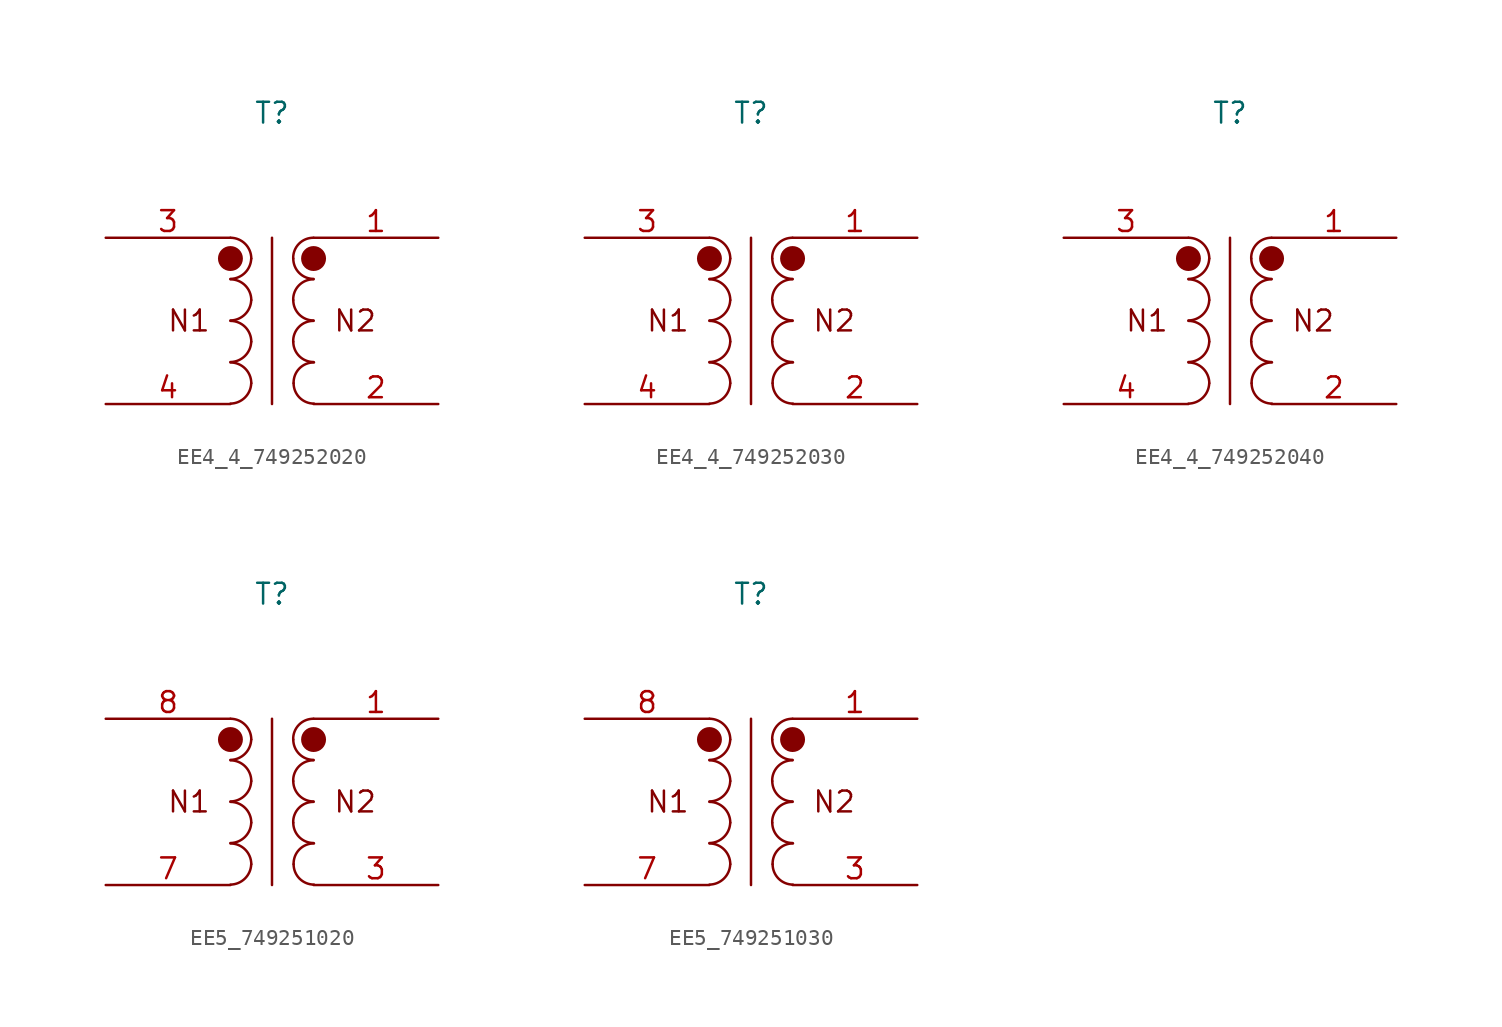
<source format=kicad_sym>
(kicad_symbol_lib
  (version 20220914)
  (generator kicad_symbol_editor)
  (symbol "EE4_4_749252020"
    (pin_names hide)
    (property "Reference" "T"
      (at 0 12.7 0)
      (effects (font (size 1.27 1.27))))
    (property "Critical Parameter" ""
      (at 0 -5.08 0)
      (effects (font (size 1.27 1.27))))
    (symbol "EE4_4_749252020_0_1"
      (arc (start -2.54 -5.0546) (mid -1.6599 -4.6901) (end -1.27 -3.81) (stroke (width 0) (type default)) (fill (type none)))
      (arc (start -2.54 -2.5146) (mid -1.6599 -2.1501) (end -1.27 -1.27) (stroke (width 0) (type default)) (fill (type none)))
      (arc (start -2.54 0.0254) (mid -1.6599 0.3899) (end -1.27 1.27) (stroke (width 0) (type default)) (fill (type none)))
      (arc (start -2.54 2.5654) (mid -1.6599 2.9299) (end -1.27 3.81) (stroke (width 0) (type default)) (fill (type none)))
      (arc (start -1.27 -3.81) (mid -1.642 -2.912) (end -2.54 -2.54) (stroke (width 0) (type default)) (fill (type none)))
      (arc (start -1.27 -1.27) (mid -1.642 -0.372) (end -2.54 0) (stroke (width 0) (type default)) (fill (type none)))
      (arc (start -1.27 1.27) (mid -1.642 2.168) (end -2.54 2.54) (stroke (width 0) (type default)) (fill (type none)))
      (arc (start -1.27 3.81) (mid -1.642 4.708) (end -2.54 5.08) (stroke (width 0) (type default)) (fill (type none)))
      (polyline (pts (xy 0 5.08) (xy 0 -5.08)) (stroke (width 0) (type default)) (fill (type none)))
      (arc (start 1.2954 -1.27) (mid 1.6599 -2.1501) (end 2.54 -2.5146) (stroke (width 0) (type default)) (fill (type none)))
      (arc (start 1.2954 1.27) (mid 1.6599 0.3899) (end 2.54 0.0254) (stroke (width 0) (type default)) (fill (type none)))
      (arc (start 1.2954 3.81) (mid 1.6599 2.9299) (end 2.54 2.5654) (stroke (width 0) (type default)) (fill (type none)))
      (arc (start 1.3208 -3.81) (mid 1.6853 -4.6901) (end 2.5654 -5.0546) (stroke (width 0) (type default)) (fill (type none)))
      (arc (start 2.54 0) (mid 1.642 -0.372) (end 1.2954 -1.27) (stroke (width 0) (type default)) (fill (type none)))
      (arc (start 2.54 2.54) (mid 1.642 2.168) (end 1.2954 1.27) (stroke (width 0) (type default)) (fill (type none)))
      (arc (start 2.54 5.08) (mid 1.642 4.708) (end 1.2954 3.81) (stroke (width 0) (type default)) (fill (type none)))
      (arc (start 2.5654 -2.54) (mid 1.6674 -2.912) (end 1.3208 -3.81) (stroke (width 0) (type default)) (fill (type none))))
    (symbol "EE4_4_749252020_1_1"
      (circle (center -2.54 3.81) (radius 0.0001) (stroke (width 0.762) (type default)) (fill (type none)))
      (circle (center 2.54 3.81) (radius 0.0001) (stroke (width 0.762) (type default)) (fill (type none)))
      (text "N1" (at -5.08 0 0) (effects (font (size 1.27 1.27))))
      (text "N2" (at 5.08 0 0) (effects (font (size 1.27 1.27))))
      (pin passive line (at -10.16 5.08 0) (length 7.62) (name "3" (effects (font (size 1.27 1.27)))) (number "3" (effects (font (size 1.27 1.27)))))
      (pin passive line (at -10.16 -5.08 0) (length 7.62) (name "4" (effects (font (size 1.27 1.27)))) (number "4" (effects (font (size 1.27 1.27)))))
      (pin passive line (at 10.16 -5.08 180) (length 7.62) (name "2" (effects (font (size 1.27 1.27)))) (number "2" (effects (font (size 1.27 1.27)))))
      (pin passive line (at 10.16 5.08 180) (length 7.62) (name "1" (effects (font (size 1.27 1.27)))) (number "1" (effects (font (size 1.27 1.27)))))))
  (symbol "EE4_4_749252030"
    (pin_names hide)
    (property "Reference" "T"
      (at 0 12.7 0)
      (effects (font (size 1.27 1.27))))
    (property "Critical Parameter" ""
      (at 0 -5.08 0)
      (effects (font (size 1.27 1.27))))
    (symbol "EE4_4_749252030_0_1"
      (arc (start -2.54 -5.0546) (mid -1.6599 -4.6901) (end -1.27 -3.81) (stroke (width 0) (type default)) (fill (type none)))
      (arc (start -2.54 -2.5146) (mid -1.6599 -2.1501) (end -1.27 -1.27) (stroke (width 0) (type default)) (fill (type none)))
      (arc (start -2.54 0.0254) (mid -1.6599 0.3899) (end -1.27 1.27) (stroke (width 0) (type default)) (fill (type none)))
      (arc (start -2.54 2.5654) (mid -1.6599 2.9299) (end -1.27 3.81) (stroke (width 0) (type default)) (fill (type none)))
      (arc (start -1.27 -3.81) (mid -1.642 -2.912) (end -2.54 -2.54) (stroke (width 0) (type default)) (fill (type none)))
      (arc (start -1.27 -1.27) (mid -1.642 -0.372) (end -2.54 0) (stroke (width 0) (type default)) (fill (type none)))
      (arc (start -1.27 1.27) (mid -1.642 2.168) (end -2.54 2.54) (stroke (width 0) (type default)) (fill (type none)))
      (arc (start -1.27 3.81) (mid -1.642 4.708) (end -2.54 5.08) (stroke (width 0) (type default)) (fill (type none)))
      (polyline (pts (xy 0 5.08) (xy 0 -5.08)) (stroke (width 0) (type default)) (fill (type none)))
      (arc (start 1.2954 -1.27) (mid 1.6599 -2.1501) (end 2.54 -2.5146) (stroke (width 0) (type default)) (fill (type none)))
      (arc (start 1.2954 1.27) (mid 1.6599 0.3899) (end 2.54 0.0254) (stroke (width 0) (type default)) (fill (type none)))
      (arc (start 1.2954 3.81) (mid 1.6599 2.9299) (end 2.54 2.5654) (stroke (width 0) (type default)) (fill (type none)))
      (arc (start 1.3208 -3.81) (mid 1.6853 -4.6901) (end 2.5654 -5.0546) (stroke (width 0) (type default)) (fill (type none)))
      (arc (start 2.54 0) (mid 1.642 -0.372) (end 1.2954 -1.27) (stroke (width 0) (type default)) (fill (type none)))
      (arc (start 2.54 2.54) (mid 1.642 2.168) (end 1.2954 1.27) (stroke (width 0) (type default)) (fill (type none)))
      (arc (start 2.54 5.08) (mid 1.642 4.708) (end 1.2954 3.81) (stroke (width 0) (type default)) (fill (type none)))
      (arc (start 2.5654 -2.54) (mid 1.6674 -2.912) (end 1.3208 -3.81) (stroke (width 0) (type default)) (fill (type none))))
    (symbol "EE4_4_749252030_1_1"
      (circle (center -2.54 3.81) (radius 0.0001) (stroke (width 0.762) (type default)) (fill (type none)))
      (circle (center 2.54 3.81) (radius 0.0001) (stroke (width 0.762) (type default)) (fill (type none)))
      (text "N1" (at -5.08 0 0) (effects (font (size 1.27 1.27))))
      (text "N2" (at 5.08 0 0) (effects (font (size 1.27 1.27))))
      (pin passive line (at -10.16 5.08 0) (length 7.62) (name "3" (effects (font (size 1.27 1.27)))) (number "3" (effects (font (size 1.27 1.27)))))
      (pin passive line (at -10.16 -5.08 0) (length 7.62) (name "4" (effects (font (size 1.27 1.27)))) (number "4" (effects (font (size 1.27 1.27)))))
      (pin passive line (at 10.16 -5.08 180) (length 7.62) (name "2" (effects (font (size 1.27 1.27)))) (number "2" (effects (font (size 1.27 1.27)))))
      (pin passive line (at 10.16 5.08 180) (length 7.62) (name "1" (effects (font (size 1.27 1.27)))) (number "1" (effects (font (size 1.27 1.27)))))))
  (symbol "EE4_4_749252040"
    (pin_names hide)
    (property "Reference" "T"
      (at 0 12.7 0)
      (effects (font (size 1.27 1.27))))
    (property "Critical Parameter" ""
      (at 0 -5.08 0)
      (effects (font (size 1.27 1.27))))
    (symbol "EE4_4_749252040_0_1"
      (arc (start -2.54 -5.0546) (mid -1.6599 -4.6901) (end -1.27 -3.81) (stroke (width 0) (type default)) (fill (type none)))
      (arc (start -2.54 -2.5146) (mid -1.6599 -2.1501) (end -1.27 -1.27) (stroke (width 0) (type default)) (fill (type none)))
      (arc (start -2.54 0.0254) (mid -1.6599 0.3899) (end -1.27 1.27) (stroke (width 0) (type default)) (fill (type none)))
      (arc (start -2.54 2.5654) (mid -1.6599 2.9299) (end -1.27 3.81) (stroke (width 0) (type default)) (fill (type none)))
      (arc (start -1.27 -3.81) (mid -1.642 -2.912) (end -2.54 -2.54) (stroke (width 0) (type default)) (fill (type none)))
      (arc (start -1.27 -1.27) (mid -1.642 -0.372) (end -2.54 0) (stroke (width 0) (type default)) (fill (type none)))
      (arc (start -1.27 1.27) (mid -1.642 2.168) (end -2.54 2.54) (stroke (width 0) (type default)) (fill (type none)))
      (arc (start -1.27 3.81) (mid -1.642 4.708) (end -2.54 5.08) (stroke (width 0) (type default)) (fill (type none)))
      (polyline (pts (xy 0 5.08) (xy 0 -5.08)) (stroke (width 0) (type default)) (fill (type none)))
      (arc (start 1.2954 -1.27) (mid 1.6599 -2.1501) (end 2.54 -2.5146) (stroke (width 0) (type default)) (fill (type none)))
      (arc (start 1.2954 1.27) (mid 1.6599 0.3899) (end 2.54 0.0254) (stroke (width 0) (type default)) (fill (type none)))
      (arc (start 1.2954 3.81) (mid 1.6599 2.9299) (end 2.54 2.5654) (stroke (width 0) (type default)) (fill (type none)))
      (arc (start 1.3208 -3.81) (mid 1.6853 -4.6901) (end 2.5654 -5.0546) (stroke (width 0) (type default)) (fill (type none)))
      (arc (start 2.54 0) (mid 1.642 -0.372) (end 1.2954 -1.27) (stroke (width 0) (type default)) (fill (type none)))
      (arc (start 2.54 2.54) (mid 1.642 2.168) (end 1.2954 1.27) (stroke (width 0) (type default)) (fill (type none)))
      (arc (start 2.54 5.08) (mid 1.642 4.708) (end 1.2954 3.81) (stroke (width 0) (type default)) (fill (type none)))
      (arc (start 2.5654 -2.54) (mid 1.6674 -2.912) (end 1.3208 -3.81) (stroke (width 0) (type default)) (fill (type none))))
    (symbol "EE4_4_749252040_1_1"
      (circle (center -2.54 3.81) (radius 0.0001) (stroke (width 0.762) (type default)) (fill (type none)))
      (circle (center 2.54 3.81) (radius 0.0001) (stroke (width 0.762) (type default)) (fill (type none)))
      (text "N1" (at -5.08 0 0) (effects (font (size 1.27 1.27))))
      (text "N2" (at 5.08 0 0) (effects (font (size 1.27 1.27))))
      (pin passive line (at -10.16 5.08 0) (length 7.62) (name "3" (effects (font (size 1.27 1.27)))) (number "3" (effects (font (size 1.27 1.27)))))
      (pin passive line (at -10.16 -5.08 0) (length 7.62) (name "4" (effects (font (size 1.27 1.27)))) (number "4" (effects (font (size 1.27 1.27)))))
      (pin passive line (at 10.16 -5.08 180) (length 7.62) (name "2" (effects (font (size 1.27 1.27)))) (number "2" (effects (font (size 1.27 1.27)))))
      (pin passive line (at 10.16 5.08 180) (length 7.62) (name "1" (effects (font (size 1.27 1.27)))) (number "1" (effects (font (size 1.27 1.27)))))))
  (symbol "EE5_749251020"
    (pin_names hide)
    (property "Reference" "T"
      (at 0 12.7 0)
      (effects (font (size 1.27 1.27))))
    (property "Critical Parameter" ""
      (at 0 -5.08 0)
      (effects (font (size 1.27 1.27))))
    (symbol "EE5_749251020_0_1"
      (arc (start -2.54 -5.0546) (mid -1.6599 -4.6901) (end -1.27 -3.81) (stroke (width 0) (type default)) (fill (type none)))
      (arc (start -2.54 -2.5146) (mid -1.6599 -2.1501) (end -1.27 -1.27) (stroke (width 0) (type default)) (fill (type none)))
      (arc (start -2.54 0.0254) (mid -1.6599 0.3899) (end -1.27 1.27) (stroke (width 0) (type default)) (fill (type none)))
      (arc (start -2.54 2.5654) (mid -1.6599 2.9299) (end -1.27 3.81) (stroke (width 0) (type default)) (fill (type none)))
      (arc (start -1.27 -3.81) (mid -1.642 -2.912) (end -2.54 -2.54) (stroke (width 0) (type default)) (fill (type none)))
      (arc (start -1.27 -1.27) (mid -1.642 -0.372) (end -2.54 0) (stroke (width 0) (type default)) (fill (type none)))
      (arc (start -1.27 1.27) (mid -1.642 2.168) (end -2.54 2.54) (stroke (width 0) (type default)) (fill (type none)))
      (arc (start -1.27 3.81) (mid -1.642 4.708) (end -2.54 5.08) (stroke (width 0) (type default)) (fill (type none)))
      (polyline (pts (xy 0 5.08) (xy 0 -5.08)) (stroke (width 0) (type default)) (fill (type none)))
      (arc (start 1.2954 -1.27) (mid 1.6599 -2.1501) (end 2.54 -2.5146) (stroke (width 0) (type default)) (fill (type none)))
      (arc (start 1.2954 1.27) (mid 1.6599 0.3899) (end 2.54 0.0254) (stroke (width 0) (type default)) (fill (type none)))
      (arc (start 1.2954 3.81) (mid 1.6599 2.9299) (end 2.54 2.5654) (stroke (width 0) (type default)) (fill (type none)))
      (arc (start 1.3208 -3.81) (mid 1.6853 -4.6901) (end 2.5654 -5.0546) (stroke (width 0) (type default)) (fill (type none)))
      (arc (start 2.54 0) (mid 1.642 -0.372) (end 1.2954 -1.27) (stroke (width 0) (type default)) (fill (type none)))
      (arc (start 2.54 2.54) (mid 1.642 2.168) (end 1.2954 1.27) (stroke (width 0) (type default)) (fill (type none)))
      (arc (start 2.54 5.08) (mid 1.642 4.708) (end 1.2954 3.81) (stroke (width 0) (type default)) (fill (type none)))
      (arc (start 2.5654 -2.54) (mid 1.6674 -2.912) (end 1.3208 -3.81) (stroke (width 0) (type default)) (fill (type none))))
    (symbol "EE5_749251020_1_1"
      (circle (center -2.54 3.81) (radius 0.0001) (stroke (width 0.762) (type default)) (fill (type none)))
      (circle (center 2.54 3.81) (radius 0.0001) (stroke (width 0.762) (type default)) (fill (type none)))
      (text "N1" (at -5.08 0 0) (effects (font (size 1.27 1.27))))
      (text "N2" (at 5.08 0 0) (effects (font (size 1.27 1.27))))
      (pin passive line (at -10.16 5.08 0) (length 7.62) (name "8" (effects (font (size 1.27 1.27)))) (number "8" (effects (font (size 1.27 1.27)))))
      (pin passive line (at -10.16 -5.08 0) (length 7.62) (name "7" (effects (font (size 1.27 1.27)))) (number "7" (effects (font (size 1.27 1.27)))))
      (pin passive line (at 10.16 -5.08 180) (length 7.62) (name "3" (effects (font (size 1.27 1.27)))) (number "3" (effects (font (size 1.27 1.27)))))
      (pin passive line (at 10.16 5.08 180) (length 7.62) (name "1" (effects (font (size 1.27 1.27)))) (number "1" (effects (font (size 1.27 1.27)))))))
  (symbol "EE5_749251030"
    (pin_names hide)
    (property "Reference" "T"
      (at 0 12.7 0)
      (effects (font (size 1.27 1.27))))
    (property "Critical Parameter" ""
      (at 0 -5.08 0)
      (effects (font (size 1.27 1.27))))
    (symbol "EE5_749251030_0_1"
      (arc (start -2.54 -5.0546) (mid -1.6599 -4.6901) (end -1.27 -3.81) (stroke (width 0) (type default)) (fill (type none)))
      (arc (start -2.54 -2.5146) (mid -1.6599 -2.1501) (end -1.27 -1.27) (stroke (width 0) (type default)) (fill (type none)))
      (arc (start -2.54 0.0254) (mid -1.6599 0.3899) (end -1.27 1.27) (stroke (width 0) (type default)) (fill (type none)))
      (arc (start -2.54 2.5654) (mid -1.6599 2.9299) (end -1.27 3.81) (stroke (width 0) (type default)) (fill (type none)))
      (arc (start -1.27 -3.81) (mid -1.642 -2.912) (end -2.54 -2.54) (stroke (width 0) (type default)) (fill (type none)))
      (arc (start -1.27 -1.27) (mid -1.642 -0.372) (end -2.54 0) (stroke (width 0) (type default)) (fill (type none)))
      (arc (start -1.27 1.27) (mid -1.642 2.168) (end -2.54 2.54) (stroke (width 0) (type default)) (fill (type none)))
      (arc (start -1.27 3.81) (mid -1.642 4.708) (end -2.54 5.08) (stroke (width 0) (type default)) (fill (type none)))
      (polyline (pts (xy 0 5.08) (xy 0 -5.08)) (stroke (width 0) (type default)) (fill (type none)))
      (arc (start 1.2954 -1.27) (mid 1.6599 -2.1501) (end 2.54 -2.5146) (stroke (width 0) (type default)) (fill (type none)))
      (arc (start 1.2954 1.27) (mid 1.6599 0.3899) (end 2.54 0.0254) (stroke (width 0) (type default)) (fill (type none)))
      (arc (start 1.2954 3.81) (mid 1.6599 2.9299) (end 2.54 2.5654) (stroke (width 0) (type default)) (fill (type none)))
      (arc (start 1.3208 -3.81) (mid 1.6853 -4.6901) (end 2.5654 -5.0546) (stroke (width 0) (type default)) (fill (type none)))
      (arc (start 2.54 0) (mid 1.642 -0.372) (end 1.2954 -1.27) (stroke (width 0) (type default)) (fill (type none)))
      (arc (start 2.54 2.54) (mid 1.642 2.168) (end 1.2954 1.27) (stroke (width 0) (type default)) (fill (type none)))
      (arc (start 2.54 5.08) (mid 1.642 4.708) (end 1.2954 3.81) (stroke (width 0) (type default)) (fill (type none)))
      (arc (start 2.5654 -2.54) (mid 1.6674 -2.912) (end 1.3208 -3.81) (stroke (width 0) (type default)) (fill (type none))))
    (symbol "EE5_749251030_1_1"
      (circle (center -2.54 3.81) (radius 0.0001) (stroke (width 0.762) (type default)) (fill (type none)))
      (circle (center 2.54 3.81) (radius 0.0001) (stroke (width 0.762) (type default)) (fill (type none)))
      (text "N1" (at -5.08 0 0) (effects (font (size 1.27 1.27))))
      (text "N2" (at 5.08 0 0) (effects (font (size 1.27 1.27))))
      (pin passive line (at -10.16 5.08 0) (length 7.62) (name "8" (effects (font (size 1.27 1.27)))) (number "8" (effects (font (size 1.27 1.27)))))
      (pin passive line (at -10.16 -5.08 0) (length 7.62) (name "7" (effects (font (size 1.27 1.27)))) (number "7" (effects (font (size 1.27 1.27)))))
      (pin passive line (at 10.16 -5.08 180) (length 7.62) (name "3" (effects (font (size 1.27 1.27)))) (number "3" (effects (font (size 1.27 1.27)))))
      (pin passive line (at 10.16 5.08 180) (length 7.62) (name "1" (effects (font (size 1.27 1.27)))) (number "1" (effects (font (size 1.27 1.27))))))))
</source>
